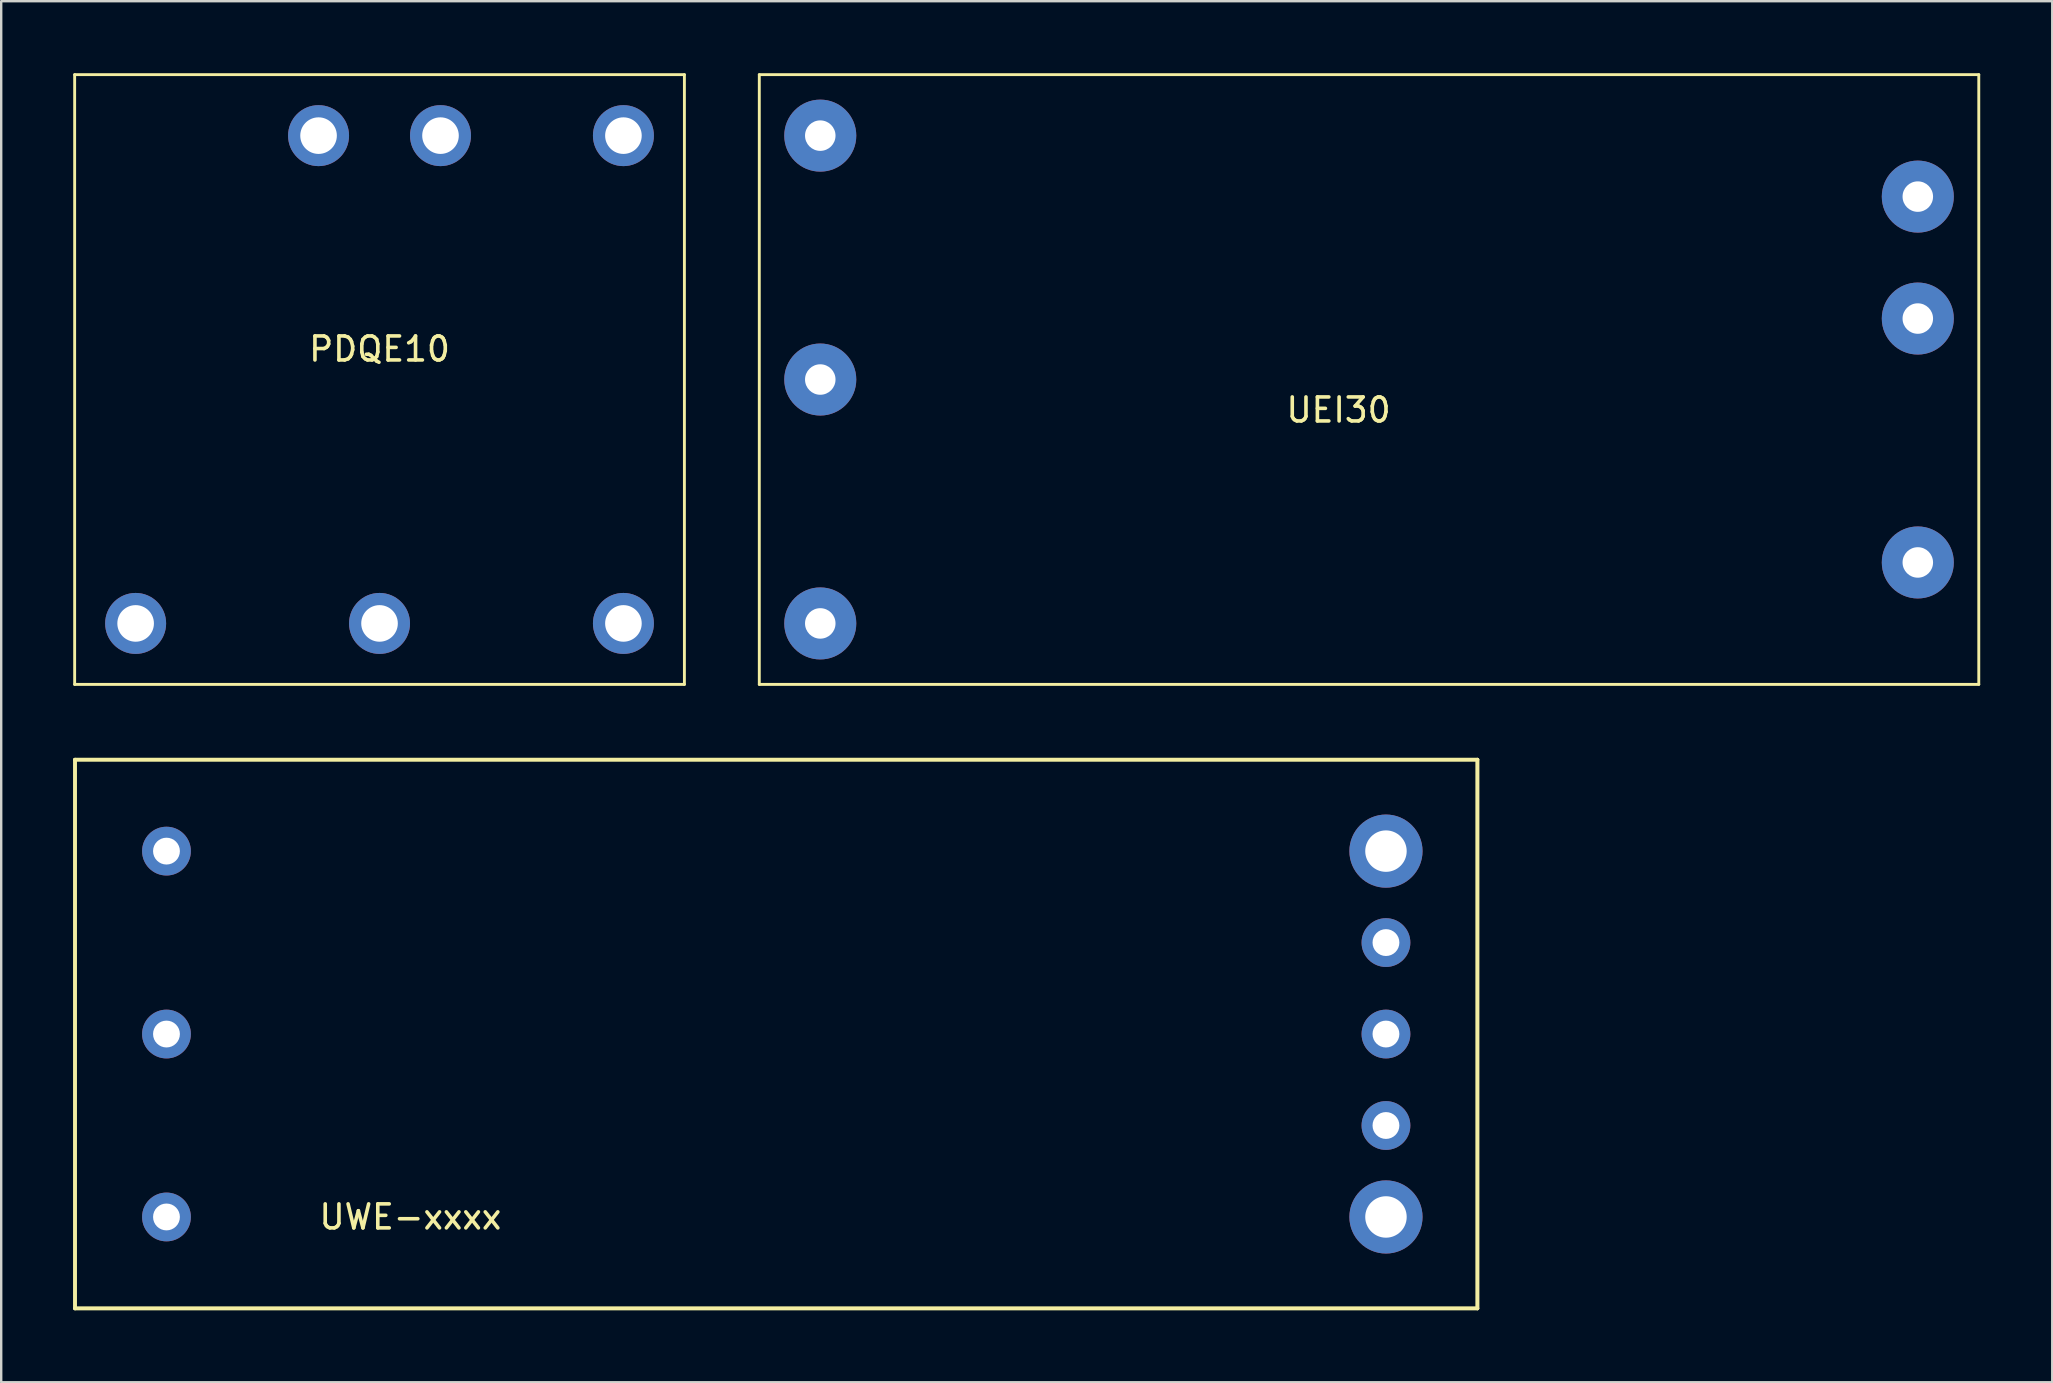
<source format=kicad_pcb>
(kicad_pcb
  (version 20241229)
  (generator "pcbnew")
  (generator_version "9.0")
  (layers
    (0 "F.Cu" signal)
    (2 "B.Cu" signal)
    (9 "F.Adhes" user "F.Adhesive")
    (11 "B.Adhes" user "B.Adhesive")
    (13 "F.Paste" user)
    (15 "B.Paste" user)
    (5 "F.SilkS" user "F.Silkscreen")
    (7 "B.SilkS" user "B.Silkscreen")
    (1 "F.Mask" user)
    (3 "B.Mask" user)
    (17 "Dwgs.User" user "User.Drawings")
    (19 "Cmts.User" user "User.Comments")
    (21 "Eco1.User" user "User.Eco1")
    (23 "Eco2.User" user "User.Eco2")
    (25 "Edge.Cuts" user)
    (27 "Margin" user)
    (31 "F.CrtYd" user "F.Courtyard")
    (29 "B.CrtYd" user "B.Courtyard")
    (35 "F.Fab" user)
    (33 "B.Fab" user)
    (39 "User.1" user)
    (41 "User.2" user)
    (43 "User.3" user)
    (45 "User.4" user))
  (footprint "UWE-xxxx"
    (layer "F.Cu")
    (at 3.885 32.405)
    (property "Reference" "UWE-xxxx" (at 10.16 15.24 180) (layer "F.SilkS") (effects (font (size 1 1) (thickness 0.15))))
    (attr through_hole)
    (fp_line (start -3.81 -3.81) (end 54.61 -3.81) (stroke (width 0.15) (type solid)) (layer "F.SilkS"))
    (fp_line (start -3.81 -3.81) (end 54.61 -3.81) (stroke (width 0.15) (type solid)) (layer "F.SilkS"))
    (fp_line (start -3.81 19.05) (end -3.81 -3.81) (stroke (width 0.15) (type solid)) (layer "F.SilkS"))
    (fp_line (start -3.81 19.05) (end -3.81 -3.81) (stroke (width 0.15) (type solid)) (layer "F.SilkS"))
    (fp_line (start 54.61 -3.81) (end 54.61 19.05) (stroke (width 0.15) (type solid)) (layer "F.SilkS"))
    (fp_line (start 54.61 -3.81) (end 54.61 19.05) (stroke (width 0.15) (type solid)) (layer "F.SilkS"))
    (fp_line (start 54.61 19.05) (end -3.81 19.05) (stroke (width 0.15) (type solid)) (layer "F.SilkS"))
    (fp_line (start 54.61 19.05) (end -3.81 19.05) (stroke (width 0.15) (type solid)) (layer "F.SilkS"))
    (pad "1" thru_hole circle (at 0 0) (size 2.032 2.032) (drill 1.118) (layers "*.Cu" "*.Mask"))
    (pad "2" thru_hole circle (at 0 7.62) (size 2.032 2.032) (drill 1.118) (layers "*.Cu" "*.Mask"))
    (pad "3" thru_hole circle (at 0 15.24) (size 2.032 2.032) (drill 1.118) (layers "*.Cu" "*.Mask"))
    (pad "4" thru_hole circle (at 50.8 15.24) (size 3.048 3.048) (drill 1.727) (layers "*.Cu" "*.Mask"))
    (pad "5" thru_hole circle (at 50.8 11.43) (size 2.032 2.032) (drill 1.118) (layers "*.Cu" "*.Mask"))
    (pad "6" thru_hole circle (at 50.8 7.62) (size 2.032 2.032) (drill 1.118) (layers "*.Cu" "*.Mask"))
    (pad "7" thru_hole circle (at 50.8 3.81) (size 2.032 2.032) (drill 1.118) (layers "*.Cu" "*.Mask"))
    (pad "8" thru_hole circle (at 50.8 0) (size 3.048 3.048) (drill 1.727) (layers "*.Cu" "*.Mask")))
  (footprint "PDQE10"
    (layer "F.Cu")
    (at 12.76 12.76)
    (property "Reference" "PDQE10" (at 0 -1.27 0) (layer "F.SilkS") (effects (font (size 1 1) (thickness 0.15))))
    (attr through_hole)
    (fp_line (start -12.7 -12.7) (end -12.7 12.7) (stroke (width 0.12) (type solid)) (layer "F.SilkS"))
    (fp_line (start -12.7 12.7) (end 12.7 12.7) (stroke (width 0.12) (type solid)) (layer "F.SilkS"))
    (fp_line (start 12.7 -12.7) (end -12.7 -12.7) (stroke (width 0.12) (type solid)) (layer "F.SilkS"))
    (fp_line (start 12.7 12.7) (end 12.7 -12.7) (stroke (width 0.12) (type solid)) (layer "F.SilkS"))
    (pad "1" thru_hole circle (at 2.54 -10.16) (size 2.54 2.54) (drill 1.524) (layers "*.Cu" "*.Mask"))
    (pad "2" thru_hole circle (at -2.54 -10.16) (size 2.54 2.54) (drill 1.524) (layers "*.Cu" "*.Mask"))
    (pad "3" thru_hole circle (at -10.16 10.16) (size 2.54 2.54) (drill 1.524) (layers "*.Cu" "*.Mask"))
    (pad "4" thru_hole circle (at 0 10.16) (size 2.54 2.54) (drill 1.524) (layers "*.Cu" "*.Mask"))
    (pad "5" thru_hole circle (at 10.16 10.16) (size 2.54 2.54) (drill 1.524) (layers "*.Cu" "*.Mask"))
    (pad "6" thru_hole circle (at 10.16 -10.16) (size 2.54 2.54) (drill 1.524) (layers "*.Cu" "*.Mask")))
  (footprint "UEI30"
    (layer "F.Cu")
    (at 76.84 5.14)
    (property "Reference" "UEI30" (at -24.13 8.89 0) (layer "F.SilkS") (effects (font (size 1 1) (thickness 0.15))))
    (attr through_hole)
    (fp_line (start -48.26 -5.08) (end 2.54 -5.08) (stroke (width 0.12) (type solid)) (layer "F.SilkS"))
    (fp_line (start -48.26 20.32) (end -48.26 -5.08) (stroke (width 0.12) (type solid)) (layer "F.SilkS"))
    (fp_line (start 2.54 -5.08) (end 2.54 20.32) (stroke (width 0.12) (type solid)) (layer "F.SilkS"))
    (fp_line (start 2.54 20.32) (end -48.26 20.32) (stroke (width 0.12) (type solid)) (layer "F.SilkS"))
    (pad "1" thru_hole circle (at 0 0) (size 3 3) (drill 1.27) (layers "*.Cu" "*.Mask"))
    (pad "2" thru_hole circle (at 0 5.08) (size 3 3) (drill 1.27) (layers "*.Cu" "*.Mask"))
    (pad "3" thru_hole circle (at 0 15.24) (size 3 3) (drill 1.27) (layers "*.Cu" "*.Mask"))
    (pad "4" thru_hole circle (at -45.72 -2.54) (size 3 3) (drill 1.27) (layers "*.Cu" "*.Mask"))
    (pad "5" thru_hole circle (at -45.72 7.62) (size 3 3) (drill 1.27) (layers "*.Cu" "*.Mask"))
    (pad "6" thru_hole circle (at -45.72 17.78) (size 3 3) (drill 1.27) (layers "*.Cu" "*.Mask")))
  (gr_rect
    (start -3 -3)
    (end 82.44 54.53)
    (stroke (width 0.1) (type default))
    (fill no)
    (layer "Edge.Cuts")))
</source>
